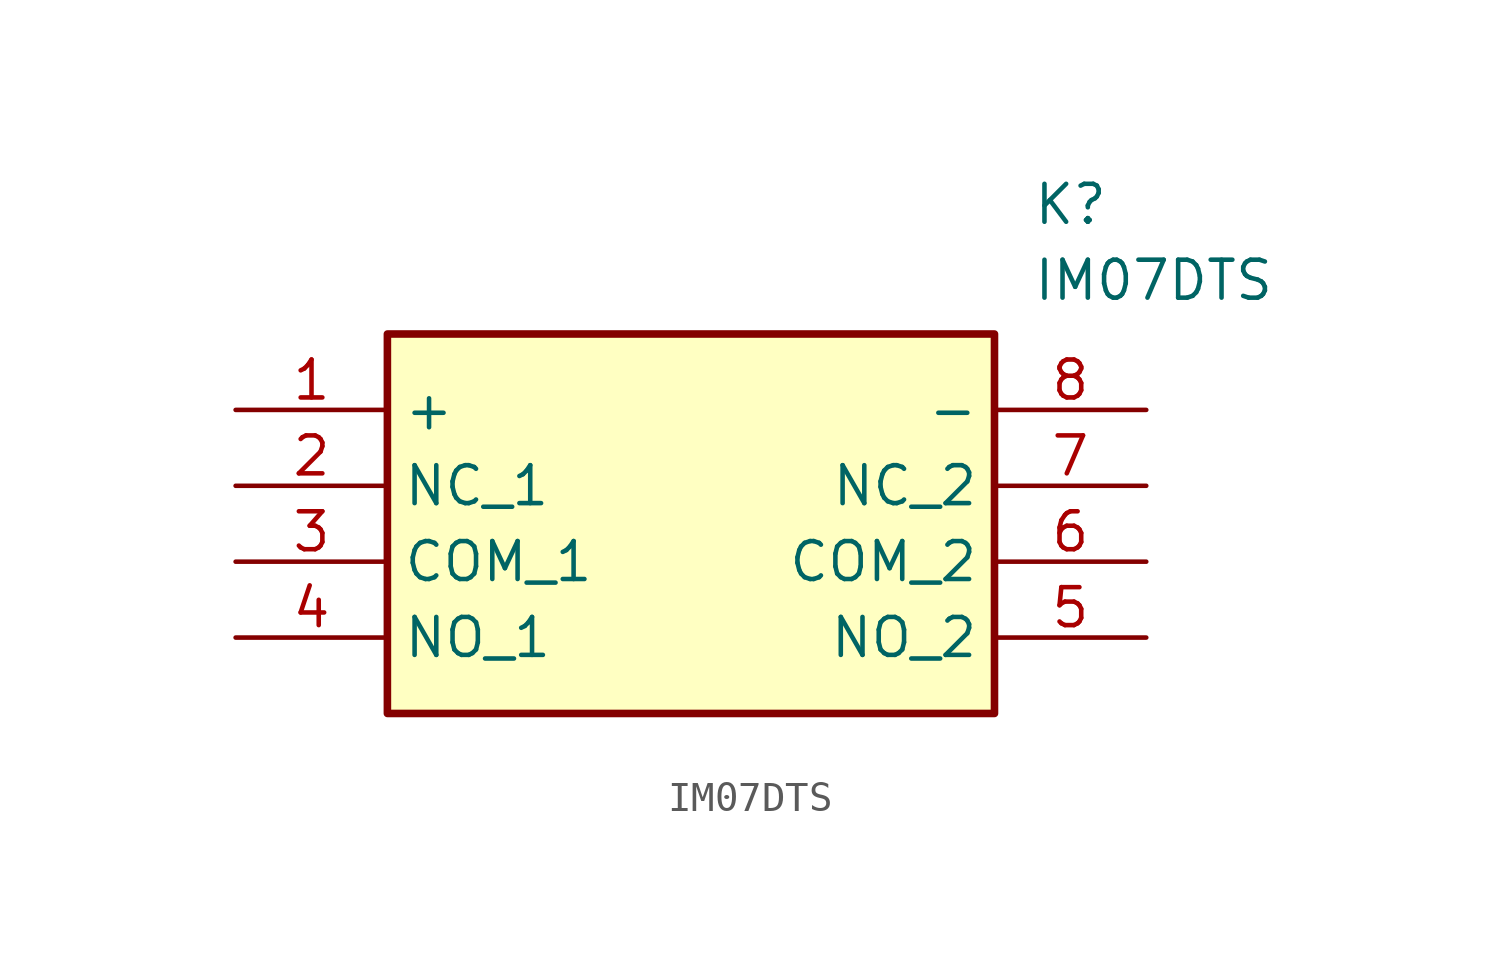
<source format=kicad_sym>
(kicad_symbol_lib
  (version 20211014)
  (generator SamacSys_ECAD_Model)
  (symbol "IM07DTS"
    (property "Reference" "K"
      (at 26.67 7.62 0)
      (effects (font (size 1.27 1.27)) (justify left top)))
    (property "Value" "IM07DTS"
      (at 26.67 5.08 0)
      (effects (font (size 1.27 1.27)) (justify left top)))
    (rectangle
      (start 5.08 2.54)
      (end 25.4 -10.16)
      (stroke (width 0.254) (type default))
      (fill (type background)))
    (pin passive line
      (at 0 0 0)
      (length 5.08)
      (name "+" (effects (font (size 1.27 1.27))))
      (number "1" (effects (font (size 1.27 1.27)))))
    (pin passive line
      (at 0 -2.54 0)
      (length 5.08)
      (name "NC_1" (effects (font (size 1.27 1.27))))
      (number "2" (effects (font (size 1.27 1.27)))))
    (pin passive line
      (at 0 -5.08 0)
      (length 5.08)
      (name "COM_1" (effects (font (size 1.27 1.27))))
      (number "3" (effects (font (size 1.27 1.27)))))
    (pin passive line
      (at 0 -7.62 0)
      (length 5.08)
      (name "NO_1" (effects (font (size 1.27 1.27))))
      (number "4" (effects (font (size 1.27 1.27)))))
    (pin passive line
      (at 30.48 -7.62 180)
      (length 5.08)
      (name "NO_2" (effects (font (size 1.27 1.27))))
      (number "5" (effects (font (size 1.27 1.27)))))
    (pin passive line
      (at 30.48 -5.08 180)
      (length 5.08)
      (name "COM_2" (effects (font (size 1.27 1.27))))
      (number "6" (effects (font (size 1.27 1.27)))))
    (pin passive line
      (at 30.48 -2.54 180)
      (length 5.08)
      (name "NC_2" (effects (font (size 1.27 1.27))))
      (number "7" (effects (font (size 1.27 1.27)))))
    (pin passive line
      (at 30.48 0 180)
      (length 5.08)
      (name "-" (effects (font (size 1.27 1.27))))
      (number "8" (effects (font (size 1.27 1.27)))))))
</source>
